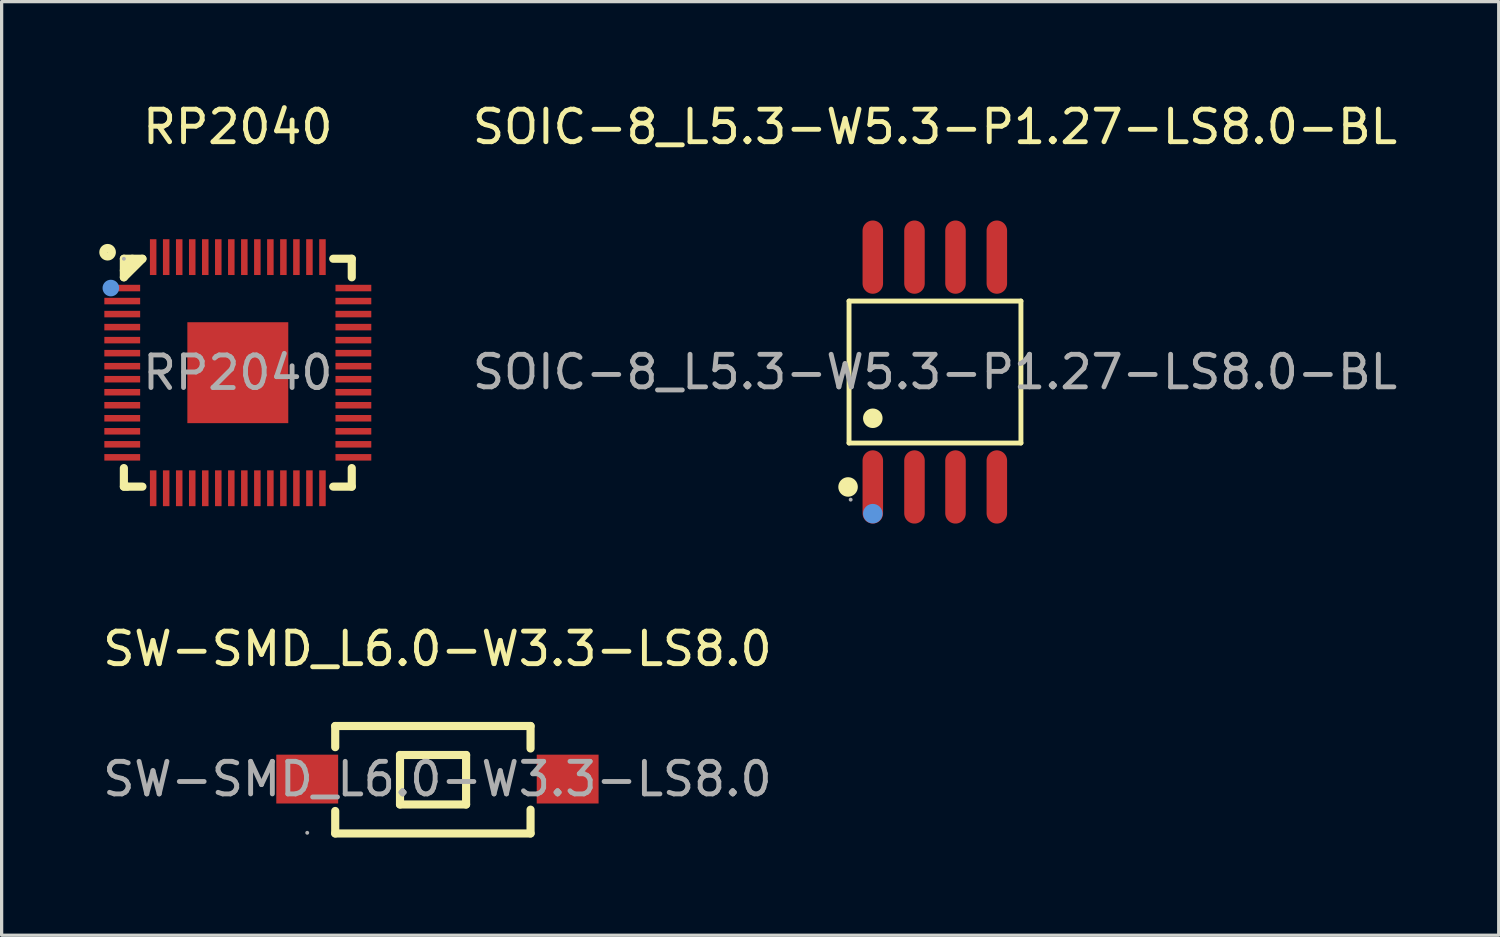
<source format=kicad_pcb>
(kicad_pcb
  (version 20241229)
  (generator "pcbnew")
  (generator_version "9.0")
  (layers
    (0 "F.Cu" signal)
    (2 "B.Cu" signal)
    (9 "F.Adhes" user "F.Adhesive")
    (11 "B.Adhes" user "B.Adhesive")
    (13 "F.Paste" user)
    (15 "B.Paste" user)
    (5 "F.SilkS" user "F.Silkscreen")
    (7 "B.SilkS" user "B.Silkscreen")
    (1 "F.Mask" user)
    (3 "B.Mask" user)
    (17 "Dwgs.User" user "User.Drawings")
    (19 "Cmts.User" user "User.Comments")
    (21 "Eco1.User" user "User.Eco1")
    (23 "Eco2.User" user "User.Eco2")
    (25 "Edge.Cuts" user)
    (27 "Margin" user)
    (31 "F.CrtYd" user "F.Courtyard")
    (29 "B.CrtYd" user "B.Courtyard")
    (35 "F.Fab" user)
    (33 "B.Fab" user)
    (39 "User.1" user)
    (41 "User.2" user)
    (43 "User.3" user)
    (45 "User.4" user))
  (footprint "RP2040"
    (layer "F.Cu")
    (at 4.255 8.398)
    (property "Reference" "RP2040" (at 0 -7.55 0) (layer "F.SilkS") (effects (font (size 1 1) (thickness 0.15))))
    (attr through_hole)
    (fp_line (start -3.5 -3.5) (end -2.93 -3.5) (stroke (width 0.25) (type solid)) (layer "F.SilkS"))
    (fp_line (start -3.5 -2.93) (end -3.5 -3.5) (stroke (width 0.25) (type solid)) (layer "F.SilkS"))
    (fp_line (start -3.5 -2.93) (end -2.93 -3.5) (stroke (width 0.25) (type solid)) (layer "F.SilkS"))
    (fp_line (start -3.5 3.5) (end -3.5 2.93) (stroke (width 0.25) (type solid)) (layer "F.SilkS"))
    (fp_line (start -3.4 3.5) (end -3.5 3.5) (stroke (width 0.25) (type solid)) (layer "F.SilkS"))
    (fp_line (start -3.24 -3.5) (end -3.24 -3.4) (stroke (width 0.25) (type solid)) (layer "F.SilkS"))
    (fp_line (start -3.24 -3.4) (end -3.5 -3.14) (stroke (width 0.25) (type solid)) (layer "F.SilkS"))
    (fp_line (start -2.93 3.5) (end -3.4 3.5) (stroke (width 0.25) (type solid)) (layer "F.SilkS"))
    (fp_line (start 2.93 -3.5) (end 3.5 -3.5) (stroke (width 0.25) (type solid)) (layer "F.SilkS"))
    (fp_line (start 3.5 -3.5) (end 3.5 -2.93) (stroke (width 0.25) (type solid)) (layer "F.SilkS"))
    (fp_line (start 3.5 2.93) (end 3.5 3.5) (stroke (width 0.25) (type solid)) (layer "F.SilkS"))
    (fp_line (start 3.5 3.5) (end 2.93 3.5) (stroke (width 0.25) (type solid)) (layer "F.SilkS"))
    (fp_circle (center -4 -3.7) (end -3.87 -3.7) (stroke (width 0.25) (type solid)) (fill no) (layer "F.SilkS"))
    (fp_circle (center -3.9 -2.6) (end -3.77 -2.6) (stroke (width 0.25) (type solid)) (fill no) (layer "Cmts.User"))
    (fp_circle (center -3.5 -3.5) (end -3.47 -3.5) (stroke (width 0.06) (type solid)) (fill no) (layer "F.Fab"))
    (fp_text user "${REFERENCE}" (at 0 0 0) (layer "F.Fab") (effects (font (size 1 1) (thickness 0.15))))
    (pad "1" smd rect (at -3.55 -2.6) (size 1.1 0.2) (layers "F.Cu" "F.Mask" "F.Paste"))
    (pad "2" smd rect (at -3.55 -2.2) (size 1.1 0.2) (layers "F.Cu" "F.Mask" "F.Paste"))
    (pad "3" smd rect (at -3.55 -1.8) (size 1.1 0.2) (layers "F.Cu" "F.Mask" "F.Paste"))
    (pad "4" smd rect (at -3.55 -1.4) (size 1.1 0.2) (layers "F.Cu" "F.Mask" "F.Paste"))
    (pad "5" smd rect (at -3.55 -1) (size 1.1 0.2) (layers "F.Cu" "F.Mask" "F.Paste"))
    (pad "6" smd rect (at -3.55 -0.6) (size 1.1 0.2) (layers "F.Cu" "F.Mask" "F.Paste"))
    (pad "7" smd rect (at -3.55 -0.2) (size 1.1 0.2) (layers "F.Cu" "F.Mask" "F.Paste"))
    (pad "8" smd rect (at -3.55 0.2) (size 1.1 0.2) (layers "F.Cu" "F.Mask" "F.Paste"))
    (pad "9" smd rect (at -3.55 0.6) (size 1.1 0.2) (layers "F.Cu" "F.Mask" "F.Paste"))
    (pad "10" smd rect (at -3.55 1) (size 1.1 0.2) (layers "F.Cu" "F.Mask" "F.Paste"))
    (pad "11" smd rect (at -3.55 1.4) (size 1.1 0.2) (layers "F.Cu" "F.Mask" "F.Paste"))
    (pad "12" smd rect (at -3.55 1.8) (size 1.1 0.2) (layers "F.Cu" "F.Mask" "F.Paste"))
    (pad "13" smd rect (at -3.55 2.2) (size 1.1 0.2) (layers "F.Cu" "F.Mask" "F.Paste"))
    (pad "14" smd rect (at -3.55 2.6) (size 1.1 0.2) (layers "F.Cu" "F.Mask" "F.Paste"))
    (pad "15" smd rect (at -2.6 3.55 90) (size 1.1 0.2) (layers "F.Cu" "F.Mask" "F.Paste"))
    (pad "16" smd rect (at -2.2 3.55 90) (size 1.1 0.2) (layers "F.Cu" "F.Mask" "F.Paste"))
    (pad "17" smd rect (at -1.8 3.55 90) (size 1.1 0.2) (layers "F.Cu" "F.Mask" "F.Paste"))
    (pad "18" smd rect (at -1.4 3.55 90) (size 1.1 0.2) (layers "F.Cu" "F.Mask" "F.Paste"))
    (pad "19" smd rect (at -1 3.55 90) (size 1.1 0.2) (layers "F.Cu" "F.Mask" "F.Paste"))
    (pad "20" smd rect (at -0.6 3.55 90) (size 1.1 0.2) (layers "F.Cu" "F.Mask" "F.Paste"))
    (pad "21" smd rect (at -0.2 3.55 90) (size 1.1 0.2) (layers "F.Cu" "F.Mask" "F.Paste"))
    (pad "22" smd rect (at 0.2 3.55 90) (size 1.1 0.2) (layers "F.Cu" "F.Mask" "F.Paste"))
    (pad "23" smd rect (at 0.6 3.55 90) (size 1.1 0.2) (layers "F.Cu" "F.Mask" "F.Paste"))
    (pad "24" smd rect (at 1 3.55 90) (size 1.1 0.2) (layers "F.Cu" "F.Mask" "F.Paste"))
    (pad "25" smd rect (at 1.4 3.55 90) (size 1.1 0.2) (layers "F.Cu" "F.Mask" "F.Paste"))
    (pad "26" smd rect (at 1.8 3.55 90) (size 1.1 0.2) (layers "F.Cu" "F.Mask" "F.Paste"))
    (pad "27" smd rect (at 2.2 3.55 90) (size 1.1 0.2) (layers "F.Cu" "F.Mask" "F.Paste"))
    (pad "28" smd rect (at 2.6 3.55 90) (size 1.1 0.2) (layers "F.Cu" "F.Mask" "F.Paste"))
    (pad "29" smd rect (at 3.55 2.6 180) (size 1.1 0.2) (layers "F.Cu" "F.Mask" "F.Paste"))
    (pad "30" smd rect (at 3.55 2.2 180) (size 1.1 0.2) (layers "F.Cu" "F.Mask" "F.Paste"))
    (pad "31" smd rect (at 3.55 1.8 180) (size 1.1 0.2) (layers "F.Cu" "F.Mask" "F.Paste"))
    (pad "32" smd rect (at 3.55 1.4 180) (size 1.1 0.2) (layers "F.Cu" "F.Mask" "F.Paste"))
    (pad "33" smd rect (at 3.55 1 180) (size 1.1 0.2) (layers "F.Cu" "F.Mask" "F.Paste"))
    (pad "34" smd rect (at 3.55 0.6 180) (size 1.1 0.2) (layers "F.Cu" "F.Mask" "F.Paste"))
    (pad "35" smd rect (at 3.55 0.2 180) (size 1.1 0.2) (layers "F.Cu" "F.Mask" "F.Paste"))
    (pad "36" smd rect (at 3.55 -0.2 180) (size 1.1 0.2) (layers "F.Cu" "F.Mask" "F.Paste"))
    (pad "37" smd rect (at 3.55 -0.6 180) (size 1.1 0.2) (layers "F.Cu" "F.Mask" "F.Paste"))
    (pad "38" smd rect (at 3.55 -1 180) (size 1.1 0.2) (layers "F.Cu" "F.Mask" "F.Paste"))
    (pad "39" smd rect (at 3.55 -1.4 180) (size 1.1 0.2) (layers "F.Cu" "F.Mask" "F.Paste"))
    (pad "40" smd rect (at 3.55 -1.8 180) (size 1.1 0.2) (layers "F.Cu" "F.Mask" "F.Paste"))
    (pad "41" smd rect (at 3.55 -2.2 180) (size 1.1 0.2) (layers "F.Cu" "F.Mask" "F.Paste"))
    (pad "42" smd rect (at 3.55 -2.6 180) (size 1.1 0.2) (layers "F.Cu" "F.Mask" "F.Paste"))
    (pad "43" smd rect (at 2.6 -3.55 270) (size 1.1 0.2) (layers "F.Cu" "F.Mask" "F.Paste"))
    (pad "44" smd rect (at 2.2 -3.55 270) (size 1.1 0.2) (layers "F.Cu" "F.Mask" "F.Paste"))
    (pad "45" smd rect (at 1.8 -3.55 270) (size 1.1 0.2) (layers "F.Cu" "F.Mask" "F.Paste"))
    (pad "46" smd rect (at 1.4 -3.55 270) (size 1.1 0.2) (layers "F.Cu" "F.Mask" "F.Paste"))
    (pad "47" smd rect (at 1 -3.55 270) (size 1.1 0.2) (layers "F.Cu" "F.Mask" "F.Paste"))
    (pad "48" smd rect (at 0.6 -3.55 270) (size 1.1 0.2) (layers "F.Cu" "F.Mask" "F.Paste"))
    (pad "49" smd rect (at 0.2 -3.55 270) (size 1.1 0.2) (layers "F.Cu" "F.Mask" "F.Paste"))
    (pad "50" smd rect (at -0.2 -3.55 270) (size 1.1 0.2) (layers "F.Cu" "F.Mask" "F.Paste"))
    (pad "51" smd rect (at -0.6 -3.55 270) (size 1.1 0.2) (layers "F.Cu" "F.Mask" "F.Paste"))
    (pad "52" smd rect (at -1 -3.55 270) (size 1.1 0.2) (layers "F.Cu" "F.Mask" "F.Paste"))
    (pad "53" smd rect (at -1.4 -3.55 270) (size 1.1 0.2) (layers "F.Cu" "F.Mask" "F.Paste"))
    (pad "54" smd rect (at -1.8 -3.55 270) (size 1.1 0.2) (layers "F.Cu" "F.Mask" "F.Paste"))
    (pad "55" smd rect (at -2.2 -3.55 270) (size 1.1 0.2) (layers "F.Cu" "F.Mask" "F.Paste"))
    (pad "56" smd rect (at -2.6 -3.55 270) (size 1.1 0.2) (layers "F.Cu" "F.Mask" "F.Paste"))
    (pad "57" smd rect (at 0 0) (size 3.1 3.1) (layers "F.Cu" "F.Mask" "F.Paste")))
  (footprint "SW-SMD_L6.0-W3.3-LS8.0"
    (layer "F.Cu")
    (at 10.387 20.881)
    (property "Reference" "SW-SMD_L6.0-W3.3-LS8.0" (at 0 -4 0) (layer "F.SilkS") (effects (font (size 1 1) (thickness 0.15))))
    (attr through_hole)
    (fp_line (start -3.14 -1.63) (end -3.14 -0.98) (stroke (width 0.25) (type solid)) (layer "F.SilkS"))
    (fp_line (start -3.14 -1.63) (end 2.86 -1.63) (stroke (width 0.25) (type solid)) (layer "F.SilkS"))
    (fp_line (start -3.14 0.98) (end -3.14 1.67) (stroke (width 0.25) (type solid)) (layer "F.SilkS"))
    (fp_line (start -1.15 -0.74) (end 0.88 -0.74) (stroke (width 0.25) (type solid)) (layer "F.SilkS"))
    (fp_line (start -1.15 0.78) (end -1.15 -0.74) (stroke (width 0.25) (type solid)) (layer "F.SilkS"))
    (fp_line (start 0.88 -0.74) (end 0.88 0.78) (stroke (width 0.25) (type solid)) (layer "F.SilkS"))
    (fp_line (start 0.88 0.78) (end -1.15 0.78) (stroke (width 0.25) (type solid)) (layer "F.SilkS"))
    (fp_line (start 2.86 -0.94) (end 2.86 -1.63) (stroke (width 0.25) (type solid)) (layer "F.SilkS"))
    (fp_line (start 2.86 1.67) (end -3.14 1.67) (stroke (width 0.25) (type solid)) (layer "F.SilkS"))
    (fp_line (start 2.86 1.67) (end 2.86 0.94) (stroke (width 0.25) (type solid)) (layer "F.SilkS"))
    (fp_circle (center -4 1.65) (end -3.97 1.65) (stroke (width 0.06) (type solid)) (fill no) (layer "F.Fab"))
    (fp_text user "${REFERENCE}" (at 0 0 0) (layer "F.Fab") (effects (font (size 1 1) (thickness 0.15))))
    (pad "1" smd rect (at -4 0) (size 1.9 1.5) (layers "F.Cu" "F.Mask" "F.Paste"))
    (pad "2" smd rect (at 4 0) (size 1.9 1.5) (layers "F.Cu" "F.Mask" "F.Paste")))
  (footprint "SOIC-8_L5.3-W5.3-P1.27-LS8.0-BL"
    (layer "F.Cu")
    (at 25.67 8.378)
    (property "Reference" "SOIC-8_L5.3-W5.3-P1.27-LS8.0-BL" (at 0 -7.53 0) (layer "F.SilkS") (effects (font (size 1 1) (thickness 0.15))))
    (attr through_hole)
    (fp_line (start -2.64 -2.18) (end 2.64 -2.18) (stroke (width 0.15) (type solid)) (layer "F.SilkS"))
    (fp_line (start -2.64 2.18) (end -2.64 -2.18) (stroke (width 0.15) (type solid)) (layer "F.SilkS"))
    (fp_line (start 2.64 -2.18) (end 2.64 2.18) (stroke (width 0.15) (type solid)) (layer "F.SilkS"))
    (fp_line (start 2.64 2.18) (end -2.64 2.18) (stroke (width 0.15) (type solid)) (layer "F.SilkS"))
    (fp_circle (center -2.67 3.53) (end -2.52 3.53) (stroke (width 0.3) (type solid)) (fill no) (layer "F.SilkS"))
    (fp_circle (center -1.91 1.42) (end -1.76 1.42) (stroke (width 0.3) (type solid)) (fill no) (layer "F.SilkS"))
    (fp_circle (center -1.91 4.35) (end -1.76 4.35) (stroke (width 0.3) (type solid)) (fill no) (layer "Cmts.User"))
    (fp_circle (center -2.59 3.92) (end -2.56 3.92) (stroke (width 0.06) (type solid)) (fill no) (layer "F.Fab"))
    (fp_text user "${REFERENCE}" (at 0 0 0) (layer "F.Fab") (effects (font (size 1 1) (thickness 0.15))))
    (pad "1" smd oval (at -1.91 3.53) (size 0.63 2.25) (layers "F.Cu" "F.Mask" "F.Paste"))
    (pad "2" smd oval (at -0.63 3.53) (size 0.63 2.25) (layers "F.Cu" "F.Mask" "F.Paste"))
    (pad "3" smd oval (at 0.63 3.53) (size 0.63 2.25) (layers "F.Cu" "F.Mask" "F.Paste"))
    (pad "4" smd oval (at 1.9 3.53) (size 0.63 2.25) (layers "F.Cu" "F.Mask" "F.Paste"))
    (pad "5" smd oval (at 1.9 -3.53) (size 0.63 2.25) (layers "F.Cu" "F.Mask" "F.Paste"))
    (pad "6" smd oval (at 0.63 -3.53) (size 0.63 2.25) (layers "F.Cu" "F.Mask" "F.Paste"))
    (pad "7" smd oval (at -0.63 -3.53) (size 0.63 2.25) (layers "F.Cu" "F.Mask" "F.Paste"))
    (pad "8" smd oval (at -1.91 -3.53) (size 0.63 2.25) (layers "F.Cu" "F.Mask" "F.Paste")))
  (gr_rect
    (start -3 -3)
    (end 42.986 25.677)
    (stroke (width 0.1) (type default))
    (fill no)
    (layer "Edge.Cuts")))
</source>
